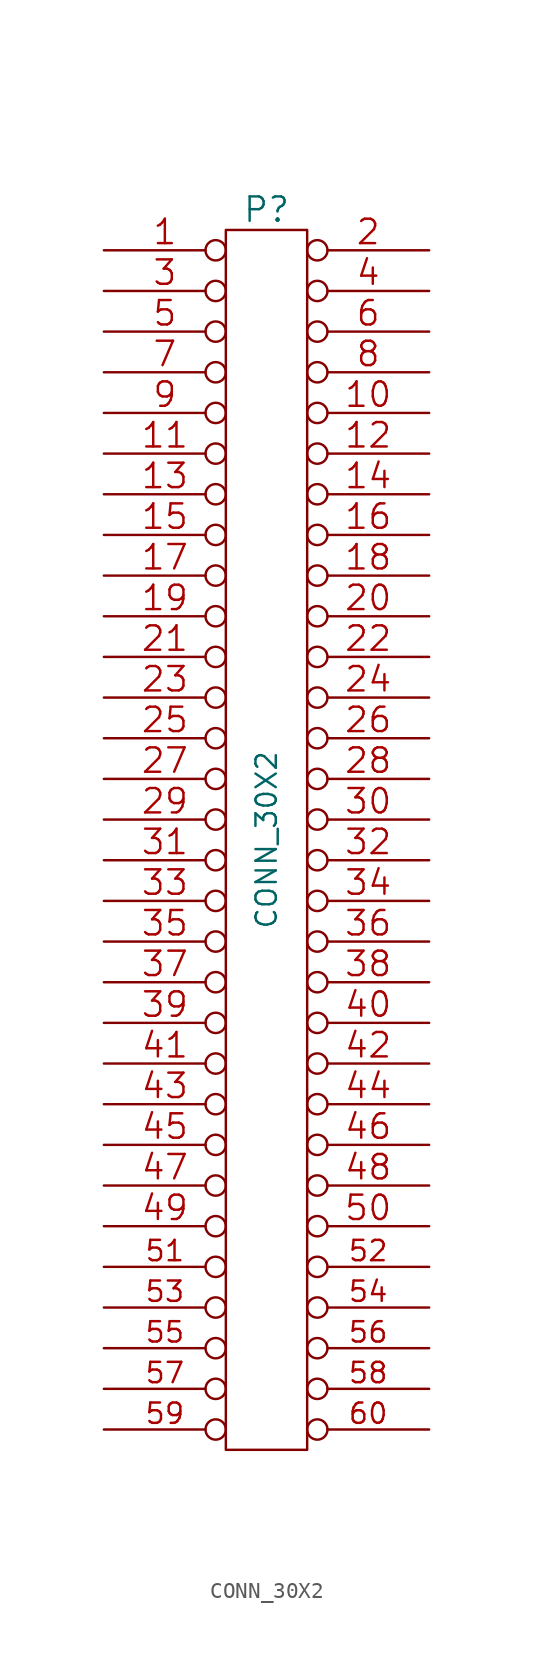
<source format=kicad_sym>
(kicad_symbol_lib
  (version 20241209)
  (generator "kicad_symbol_editor")
  (generator_version "9.0")
  (symbol "CONN_30X2"
    (pin_names
      (offset 0.254)
      (hide yes))
    (property "Reference" "P"
      (at 0 39.37 0)
      (effects (font (size 1.524 1.524))))
    (property "Value" "CONN_30X2"
      (at 0 0 90)
      (effects (font (size 1.27 1.27))))
    (property "Footprint" ""
      (at 0 0 0)
      (effects (font (size 1.524 1.524))))
    (property "Datasheet" ""
      (at 0 0 0)
      (effects (font (size 1.524 1.524))))
    (symbol "CONN_30X2_0_1"
      (rectangle (start -2.54 38.1) (end 2.54 -38.1) (stroke (width 0) (type default)) (fill (type none))))
    (symbol "CONN_30X2_1_1"
      (pin passive inverted (at -10.16 36.83 0) (length 7.62) (name "P1" (effects (font (size 0.762 0.762)))) (number "1" (effects (font (size 1.524 1.524)))))
      (pin passive inverted (at -10.16 34.29 0) (length 7.62) (name "P3" (effects (font (size 0.762 0.762)))) (number "3" (effects (font (size 1.524 1.524)))))
      (pin passive inverted (at -10.16 31.75 0) (length 7.62) (name "P5" (effects (font (size 0.762 0.762)))) (number "5" (effects (font (size 1.524 1.524)))))
      (pin passive inverted (at -10.16 29.21 0) (length 7.62) (name "P7" (effects (font (size 0.762 0.762)))) (number "7" (effects (font (size 1.524 1.524)))))
      (pin passive inverted (at -10.16 26.67 0) (length 7.62) (name "P9" (effects (font (size 0.762 0.762)))) (number "9" (effects (font (size 1.524 1.524)))))
      (pin passive inverted (at -10.16 24.13 0) (length 7.62) (name "P11" (effects (font (size 0.762 0.762)))) (number "11" (effects (font (size 1.524 1.524)))))
      (pin passive inverted (at -10.16 21.59 0) (length 7.62) (name "P13" (effects (font (size 0.762 0.762)))) (number "13" (effects (font (size 1.524 1.524)))))
      (pin passive inverted (at -10.16 19.05 0) (length 7.62) (name "P15" (effects (font (size 0.762 0.762)))) (number "15" (effects (font (size 1.524 1.524)))))
      (pin passive inverted (at -10.16 16.51 0) (length 7.62) (name "P17" (effects (font (size 0.762 0.762)))) (number "17" (effects (font (size 1.524 1.524)))))
      (pin passive inverted (at -10.16 13.97 0) (length 7.62) (name "P19" (effects (font (size 0.762 0.762)))) (number "19" (effects (font (size 1.524 1.524)))))
      (pin passive inverted (at -10.16 11.43 0) (length 7.62) (name "P21" (effects (font (size 0.762 0.762)))) (number "21" (effects (font (size 1.524 1.524)))))
      (pin passive inverted (at -10.16 8.89 0) (length 7.62) (name "P23" (effects (font (size 0.762 0.762)))) (number "23" (effects (font (size 1.524 1.524)))))
      (pin passive inverted (at -10.16 6.35 0) (length 7.62) (name "~" (effects (font (size 0.762 0.762)))) (number "25" (effects (font (size 1.524 1.524)))))
      (pin passive inverted (at -10.16 3.81 0) (length 7.62) (name "P27" (effects (font (size 0.762 0.762)))) (number "27" (effects (font (size 1.524 1.524)))))
      (pin passive inverted (at -10.16 1.27 0) (length 7.62) (name "P29" (effects (font (size 0.762 0.762)))) (number "29" (effects (font (size 1.524 1.524)))))
      (pin passive inverted (at -10.16 -1.27 0) (length 7.62) (name "P31" (effects (font (size 0.762 0.762)))) (number "31" (effects (font (size 1.524 1.524)))))
      (pin passive inverted (at -10.16 -3.81 0) (length 7.62) (name "P33" (effects (font (size 0.762 0.762)))) (number "33" (effects (font (size 1.524 1.524)))))
      (pin passive inverted (at -10.16 -6.35 0) (length 7.62) (name "P35" (effects (font (size 0.762 0.762)))) (number "35" (effects (font (size 1.524 1.524)))))
      (pin passive inverted (at -10.16 -8.89 0) (length 7.62) (name "P37" (effects (font (size 0.762 0.762)))) (number "37" (effects (font (size 1.524 1.524)))))
      (pin passive inverted (at -10.16 -11.43 0) (length 7.62) (name "P39" (effects (font (size 0.762 0.762)))) (number "39" (effects (font (size 1.524 1.524)))))
      (pin passive inverted (at -10.16 -13.97 0) (length 7.62) (name "P41" (effects (font (size 0.762 0.762)))) (number "41" (effects (font (size 1.524 1.524)))))
      (pin passive inverted (at -10.16 -16.51 0) (length 7.62) (name "P43" (effects (font (size 0.762 0.762)))) (number "43" (effects (font (size 1.524 1.524)))))
      (pin passive inverted (at -10.16 -19.05 0) (length 7.62) (name "P45" (effects (font (size 0.762 0.762)))) (number "45" (effects (font (size 1.524 1.524)))))
      (pin passive inverted (at -10.16 -21.59 0) (length 7.62) (name "P47" (effects (font (size 0.762 0.762)))) (number "47" (effects (font (size 1.524 1.524)))))
      (pin passive inverted (at -10.16 -24.13 0) (length 7.62) (name "P49" (effects (font (size 0.762 0.762)))) (number "49" (effects (font (size 1.524 1.524)))))
      (pin passive inverted (at -10.16 -26.67 0) (length 7.62) (name "P51" (effects (font (size 1.27 1.27)))) (number "51" (effects (font (size 1.27 1.27)))))
      (pin passive inverted (at -10.16 -29.21 0) (length 7.62) (name "P53" (effects (font (size 1.27 1.27)))) (number "53" (effects (font (size 1.27 1.27)))))
      (pin passive inverted (at -10.16 -31.75 0) (length 7.62) (name "P55" (effects (font (size 1.27 1.27)))) (number "55" (effects (font (size 1.27 1.27)))))
      (pin passive inverted (at -10.16 -34.29 0) (length 7.62) (name "P57" (effects (font (size 1.27 1.27)))) (number "57" (effects (font (size 1.27 1.27)))))
      (pin passive inverted (at -10.16 -36.83 0) (length 7.62) (name "P59" (effects (font (size 1.27 1.27)))) (number "59" (effects (font (size 1.27 1.27)))))
      (pin passive inverted (at 10.16 36.83 180) (length 7.62) (name "P2" (effects (font (size 0.762 0.762)))) (number "2" (effects (font (size 1.524 1.524)))))
      (pin passive inverted (at 10.16 34.29 180) (length 7.62) (name "P4" (effects (font (size 0.762 0.762)))) (number "4" (effects (font (size 1.524 1.524)))))
      (pin passive inverted (at 10.16 31.75 180) (length 7.62) (name "P6" (effects (font (size 0.762 0.762)))) (number "6" (effects (font (size 1.524 1.524)))))
      (pin passive inverted (at 10.16 29.21 180) (length 7.62) (name "P8" (effects (font (size 0.762 0.762)))) (number "8" (effects (font (size 1.524 1.524)))))
      (pin passive inverted (at 10.16 26.67 180) (length 7.62) (name "P10" (effects (font (size 0.762 0.762)))) (number "10" (effects (font (size 1.524 1.524)))))
      (pin passive inverted (at 10.16 24.13 180) (length 7.62) (name "P12" (effects (font (size 0.762 0.762)))) (number "12" (effects (font (size 1.524 1.524)))))
      (pin passive inverted (at 10.16 21.59 180) (length 7.62) (name "P14" (effects (font (size 0.762 0.762)))) (number "14" (effects (font (size 1.524 1.524)))))
      (pin passive inverted (at 10.16 19.05 180) (length 7.62) (name "P16" (effects (font (size 0.762 0.762)))) (number "16" (effects (font (size 1.524 1.524)))))
      (pin passive inverted (at 10.16 16.51 180) (length 7.62) (name "P18" (effects (font (size 0.762 0.762)))) (number "18" (effects (font (size 1.524 1.524)))))
      (pin passive inverted (at 10.16 13.97 180) (length 7.62) (name "P20" (effects (font (size 0.762 0.762)))) (number "20" (effects (font (size 1.524 1.524)))))
      (pin passive inverted (at 10.16 11.43 180) (length 7.62) (name "P22" (effects (font (size 0.762 0.762)))) (number "22" (effects (font (size 1.524 1.524)))))
      (pin passive inverted (at 10.16 8.89 180) (length 7.62) (name "P24" (effects (font (size 0.762 0.762)))) (number "24" (effects (font (size 1.524 1.524)))))
      (pin passive inverted (at 10.16 6.35 180) (length 7.62) (name "P26" (effects (font (size 0.762 0.762)))) (number "26" (effects (font (size 1.524 1.524)))))
      (pin passive inverted (at 10.16 3.81 180) (length 7.62) (name "P28" (effects (font (size 0.762 0.762)))) (number "28" (effects (font (size 1.524 1.524)))))
      (pin passive inverted (at 10.16 1.27 180) (length 7.62) (name "P30" (effects (font (size 0.762 0.762)))) (number "30" (effects (font (size 1.524 1.524)))))
      (pin passive inverted (at 10.16 -1.27 180) (length 7.62) (name "P32" (effects (font (size 0.762 0.762)))) (number "32" (effects (font (size 1.524 1.524)))))
      (pin passive inverted (at 10.16 -3.81 180) (length 7.62) (name "P34" (effects (font (size 0.762 0.762)))) (number "34" (effects (font (size 1.524 1.524)))))
      (pin passive inverted (at 10.16 -6.35 180) (length 7.62) (name "P36" (effects (font (size 0.762 0.762)))) (number "36" (effects (font (size 1.524 1.524)))))
      (pin passive inverted (at 10.16 -8.89 180) (length 7.62) (name "P38" (effects (font (size 0.762 0.762)))) (number "38" (effects (font (size 1.524 1.524)))))
      (pin passive inverted (at 10.16 -11.43 180) (length 7.62) (name "P40" (effects (font (size 0.762 0.762)))) (number "40" (effects (font (size 1.524 1.524)))))
      (pin passive inverted (at 10.16 -13.97 180) (length 7.62) (name "P42" (effects (font (size 0.762 0.762)))) (number "42" (effects (font (size 1.524 1.524)))))
      (pin passive inverted (at 10.16 -16.51 180) (length 7.62) (name "P44" (effects (font (size 0.762 0.762)))) (number "44" (effects (font (size 1.524 1.524)))))
      (pin passive inverted (at 10.16 -19.05 180) (length 7.62) (name "P46" (effects (font (size 0.762 0.762)))) (number "46" (effects (font (size 1.524 1.524)))))
      (pin passive inverted (at 10.16 -21.59 180) (length 7.62) (name "P48" (effects (font (size 0.762 0.762)))) (number "48" (effects (font (size 1.524 1.524)))))
      (pin passive inverted (at 10.16 -24.13 180) (length 7.62) (name "P50" (effects (font (size 0.762 0.762)))) (number "50" (effects (font (size 1.524 1.524)))))
      (pin passive inverted (at 10.16 -26.67 180) (length 7.62) (name "P52" (effects (font (size 1.27 1.27)))) (number "52" (effects (font (size 1.27 1.27)))))
      (pin passive inverted (at 10.16 -29.21 180) (length 7.62) (name "P54" (effects (font (size 1.27 1.27)))) (number "54" (effects (font (size 1.27 1.27)))))
      (pin passive inverted (at 10.16 -31.75 180) (length 7.62) (name "P56" (effects (font (size 1.27 1.27)))) (number "56" (effects (font (size 1.27 1.27)))))
      (pin passive inverted (at 10.16 -34.29 180) (length 7.62) (name "P58" (effects (font (size 1.27 1.27)))) (number "58" (effects (font (size 1.27 1.27)))))
      (pin passive inverted (at 10.16 -36.83 180) (length 7.62) (name "P60" (effects (font (size 1.27 1.27)))) (number "60" (effects (font (size 1.27 1.27))))))))
</source>
